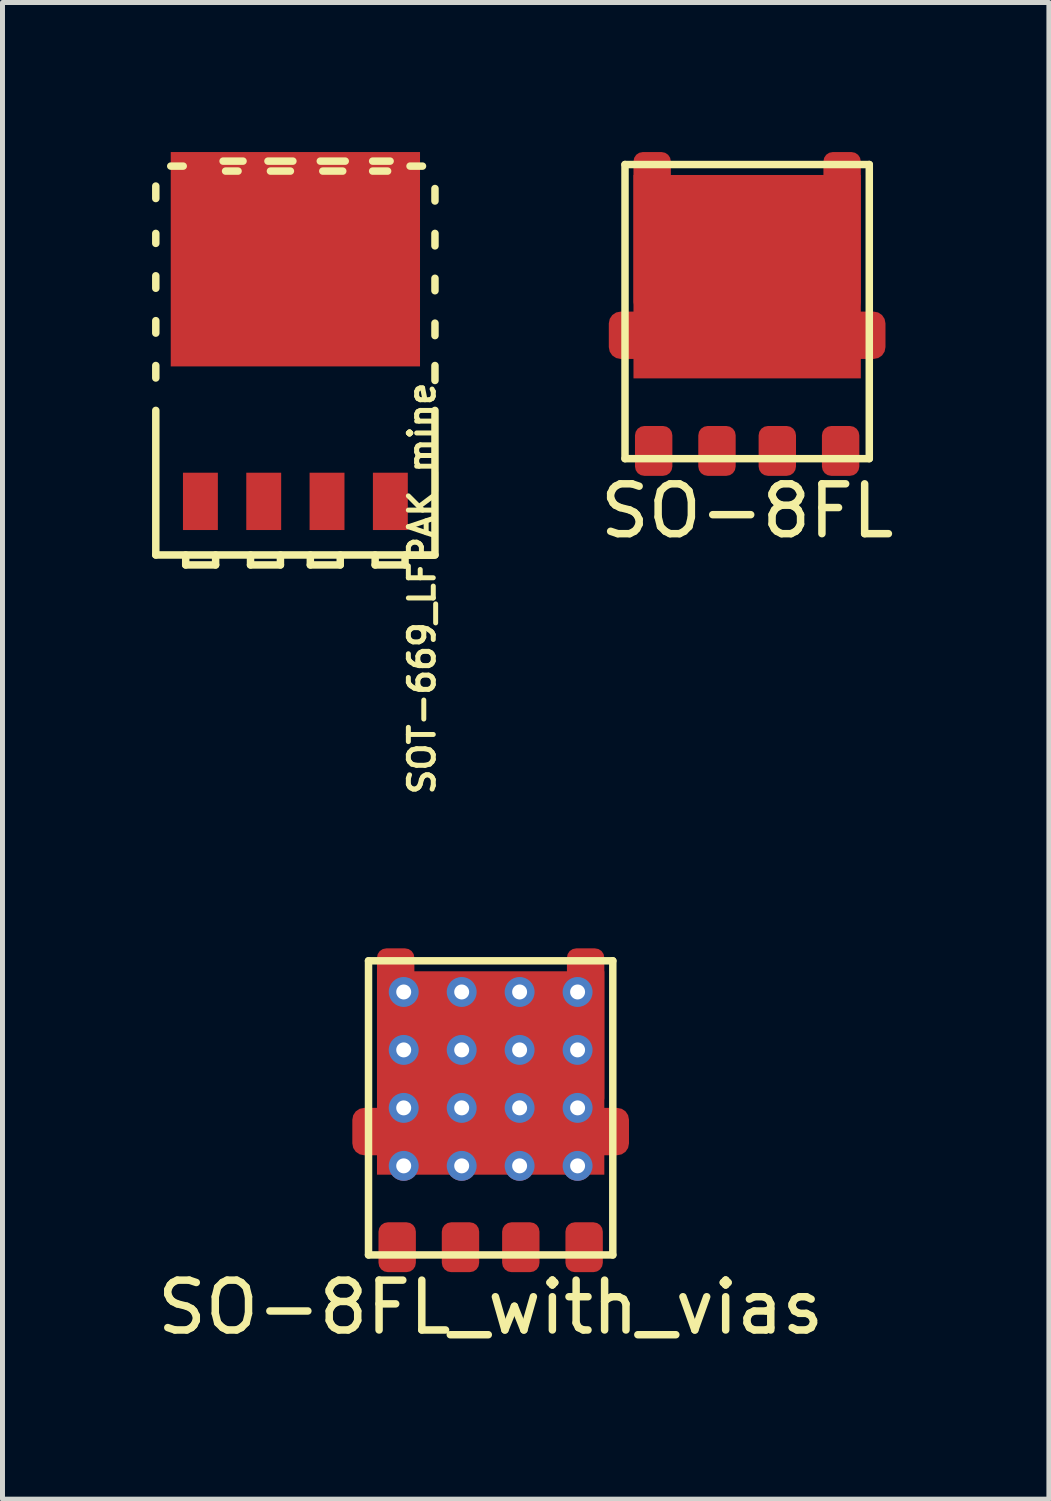
<source format=kicad_pcb>
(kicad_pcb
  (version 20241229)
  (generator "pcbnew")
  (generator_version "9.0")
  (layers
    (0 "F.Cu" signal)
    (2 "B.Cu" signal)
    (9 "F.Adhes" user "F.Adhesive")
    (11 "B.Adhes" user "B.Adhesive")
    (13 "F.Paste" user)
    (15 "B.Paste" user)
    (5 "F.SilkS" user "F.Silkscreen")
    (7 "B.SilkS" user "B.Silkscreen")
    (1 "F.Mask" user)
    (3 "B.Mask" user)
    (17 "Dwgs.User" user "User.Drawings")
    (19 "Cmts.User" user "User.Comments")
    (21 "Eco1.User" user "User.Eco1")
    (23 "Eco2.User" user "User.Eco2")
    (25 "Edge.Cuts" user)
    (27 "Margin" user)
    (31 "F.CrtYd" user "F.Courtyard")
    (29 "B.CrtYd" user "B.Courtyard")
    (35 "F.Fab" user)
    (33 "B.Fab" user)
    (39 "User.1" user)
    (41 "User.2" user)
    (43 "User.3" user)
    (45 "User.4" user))
  (footprint "SO−8FL"
    (layer "F.Cu")
    (at 11.937 3.2)
    (property "Reference" "SO−8FL" (at 0 4 0) (layer "F.SilkS") (effects (font (size 1 1) (thickness 0.15))))
    (attr smd)
    (fp_line (start -2.45 -2.95) (end -2.45 2.95) (stroke (width 0.15) (type solid)) (layer "F.SilkS"))
    (fp_line (start -2.45 -2.95) (end 2.45 -2.95) (stroke (width 0.15) (type solid)) (layer "F.SilkS"))
    (fp_line (start -2.45 2.95) (end 2.45 2.95) (stroke (width 0.15) (type solid)) (layer "F.SilkS"))
    (fp_line (start 2.45 -2.95) (end 2.45 2.95) (stroke (width 0.15) (type solid)) (layer "F.SilkS"))
    (pad "" smd roundrect (at -2.32 0.47) (size 0.85 0.9) (layers "F.Paste") (roundrect_rratio 0.25))
    (pad "" smd roundrect (at -2.11 -1.744) (size 0.3 0.997) (layers "F.Paste") (roundrect_rratio 0.4))
    (pad "" smd roundrect (at -2.11 -0.581) (size 0.3 0.997) (layers "F.Paste") (roundrect_rratio 0.4))
    (pad "" smd roundrect (at -1.91 -2.88) (size 0.7 0.6) (layers "F.Paste") (roundrect_rratio 0.312))
    (pad "" smd roundrect (at -1.163 -2.57 90) (size 0.3 0.997) (layers "F.Paste") (roundrect_rratio 0.4))
    (pad "" smd roundrect (at -1.163 -1.744) (size 0.997 0.997) (layers "F.Paste") (roundrect_rratio 0.25))
    (pad "" smd roundrect (at -1.163 -0.581) (size 0.997 0.997) (layers "F.Paste") (roundrect_rratio 0.25))
    (pad "" smd roundrect (at -1.163 0.581) (size 0.997 0.997) (layers "F.Paste") (roundrect_rratio 0.25))
    (pad "" smd roundrect (at 0 -2.57 90) (size 0.3 0.997) (layers "F.Paste") (roundrect_rratio 0.4))
    (pad "" smd roundrect (at 0 -1.744) (size 0.997 0.997) (layers "F.Paste") (roundrect_rratio 0.25))
    (pad "" smd roundrect (at 0 -0.581) (size 0.997 0.997) (layers "F.Paste") (roundrect_rratio 0.25))
    (pad "" smd roundrect (at 0 0.581) (size 0.997 0.997) (layers "F.Paste") (roundrect_rratio 0.25))
    (pad "" smd roundrect (at 1.163 -2.57 90) (size 0.3 0.997) (layers "F.Paste") (roundrect_rratio 0.4))
    (pad "" smd roundrect (at 1.163 -1.744) (size 0.997 0.997) (layers "F.Paste") (roundrect_rratio 0.25))
    (pad "" smd roundrect (at 1.163 -0.581) (size 0.997 0.997) (layers "F.Paste") (roundrect_rratio 0.25))
    (pad "" smd roundrect (at 1.163 0.581) (size 0.997 0.997) (layers "F.Paste") (roundrect_rratio 0.25))
    (pad "" smd roundrect (at 1.9 -2.875) (size 0.7 0.6) (layers "F.Paste") (roundrect_rratio 0.312))
    (pad "" smd roundrect (at 2.11 -1.744) (size 0.3 0.997) (layers "F.Paste") (roundrect_rratio 0.4))
    (pad "" smd roundrect (at 2.11 -0.581) (size 0.3 0.997) (layers "F.Paste") (roundrect_rratio 0.4))
    (pad "" smd roundrect (at 2.33 0.48) (size 0.85 0.9) (layers "F.Paste") (roundrect_rratio 0.25))
    (pad "1" smd roundrect (at -1.875 2.795) (size 0.75 1) (layers "F.Cu" "F.Mask" "F.Paste") (roundrect_rratio 0.25))
    (pad "1" smd roundrect (at -0.605 2.795) (size 0.75 1) (layers "F.Cu" "F.Mask" "F.Paste") (roundrect_rratio 0.25))
    (pad "1" smd roundrect (at 0.605 2.795) (size 0.75 1) (layers "F.Cu" "F.Mask" "F.Paste") (roundrect_rratio 0.25))
    (pad "2" smd roundrect (at 1.875 2.795) (size 0.75 1) (layers "F.Cu" "F.Mask" "F.Paste") (roundrect_rratio 0.25))
    (pad "3" smd roundrect (at -1.905 -1.6) (size 0.75 3.2) (layers "F.Cu" "F.Mask") (roundrect_rratio 0.25))
    (pad "3" smd rect (at 0 -0.7) (size 4.56 4.08) (layers "F.Cu" "F.Mask"))
    (pad "3" smd roundrect (at 0 0.475) (size 5.55 0.95) (layers "F.Cu" "F.Mask") (roundrect_rratio 0.25))
    (pad "3" smd roundrect (at 1.905 -1.6) (size 0.75 3.2) (layers "F.Cu" "F.Mask") (roundrect_rratio 0.25)))
  (footprint "SOT-669_LFPAK_mine"
    (layer "F.Cu")
    (at 2.875 4.182)
    (property "Reference" "SOT-669_LFPAK_mine" (at 2.54 4.572 90) (layer "F.SilkS") (effects (font (size 0.5 0.5) (thickness 0.1))))
    (attr through_hole)
    (fp_line (start -2.8 -3.5) (end -2.8 -3.25) (stroke (width 0.15) (type solid)) (layer "F.SilkS"))
    (fp_line (start -2.8 -2.55) (end -2.8 -2.35) (stroke (width 0.15) (type solid)) (layer "F.SilkS"))
    (fp_line (start -2.8 -1.7) (end -2.8 -1.45) (stroke (width 0.15) (type solid)) (layer "F.SilkS"))
    (fp_line (start -2.8 -0.8) (end -2.8 -0.55) (stroke (width 0.15) (type solid)) (layer "F.SilkS"))
    (fp_line (start -2.8 0.1) (end -2.8 0.35) (stroke (width 0.15) (type solid)) (layer "F.SilkS"))
    (fp_line (start -2.8 1) (end -2.8 3.9) (stroke (width 0.15) (type solid)) (layer "F.SilkS"))
    (fp_line (start -2.25 -3.9) (end -2.5 -3.9) (stroke (width 0.15) (type solid)) (layer "F.SilkS"))
    (fp_line (start -2.2 3.9) (end -2.2 4.1) (stroke (width 0.15) (type solid)) (layer "F.SilkS"))
    (fp_line (start -2.2 4.1) (end -1.6 4.1) (stroke (width 0.15) (type solid)) (layer "F.SilkS"))
    (fp_line (start -1.6 4.1) (end -1.6 3.9) (stroke (width 0.15) (type solid)) (layer "F.SilkS"))
    (fp_line (start -1.15 -3.8) (end -1.4 -3.8) (stroke (width 0.15) (type solid)) (layer "F.SilkS"))
    (fp_line (start -1.05 -4) (end -1.45 -4) (stroke (width 0.15) (type solid)) (layer "F.SilkS"))
    (fp_line (start -0.9 3.9) (end -0.9 4.1) (stroke (width 0.15) (type solid)) (layer "F.SilkS"))
    (fp_line (start -0.9 4.1) (end -0.3 4.1) (stroke (width 0.15) (type solid)) (layer "F.SilkS"))
    (fp_line (start -0.3 4.1) (end -0.3 3.9) (stroke (width 0.15) (type solid)) (layer "F.SilkS"))
    (fp_line (start -0.1 -3.8) (end -0.5 -3.8) (stroke (width 0.15) (type solid)) (layer "F.SilkS"))
    (fp_line (start -0.05 -4) (end -0.55 -4) (stroke (width 0.15) (type solid)) (layer "F.SilkS"))
    (fp_line (start 0.3 3.9) (end 0.3 4.1) (stroke (width 0.15) (type solid)) (layer "F.SilkS"))
    (fp_line (start 0.3 4.1) (end 0.9 4.1) (stroke (width 0.15) (type solid)) (layer "F.SilkS"))
    (fp_line (start 0.9 4.1) (end 0.9 3.9) (stroke (width 0.15) (type solid)) (layer "F.SilkS"))
    (fp_line (start 0.95 -3.8) (end 0.55 -3.8) (stroke (width 0.15) (type solid)) (layer "F.SilkS"))
    (fp_line (start 1 -4) (end 0.5 -4) (stroke (width 0.15) (type solid)) (layer "F.SilkS"))
    (fp_line (start 1.6 3.9) (end 1.6 4.1) (stroke (width 0.15) (type solid)) (layer "F.SilkS"))
    (fp_line (start 1.6 4.1) (end 2.2 4.1) (stroke (width 0.15) (type solid)) (layer "F.SilkS"))
    (fp_line (start 1.85 -3.8) (end 1.55 -3.8) (stroke (width 0.15) (type solid)) (layer "F.SilkS"))
    (fp_line (start 1.9 -4) (end 1.55 -4) (stroke (width 0.15) (type solid)) (layer "F.SilkS"))
    (fp_line (start 2.2 4.1) (end 2.2 3.9) (stroke (width 0.15) (type solid)) (layer "F.SilkS"))
    (fp_line (start 2.55 -3.9) (end 2.3 -3.9) (stroke (width 0.15) (type solid)) (layer "F.SilkS"))
    (fp_line (start 2.8 -3.2) (end 2.8 -3.45) (stroke (width 0.15) (type solid)) (layer "F.SilkS"))
    (fp_line (start 2.8 -2.3) (end 2.8 -2.55) (stroke (width 0.15) (type solid)) (layer "F.SilkS"))
    (fp_line (start 2.8 -1.4) (end 2.8 -1.65) (stroke (width 0.15) (type solid)) (layer "F.SilkS"))
    (fp_line (start 2.8 -0.5) (end 2.8 -0.75) (stroke (width 0.15) (type solid)) (layer "F.SilkS"))
    (fp_line (start 2.8 0.4) (end 2.8 0.1) (stroke (width 0.15) (type solid)) (layer "F.SilkS"))
    (fp_line (start 2.8 3.9) (end -2.8 3.9) (stroke (width 0.15) (type solid)) (layer "F.SilkS"))
    (fp_line (start 2.8 3.9) (end 2.8 1) (stroke (width 0.15) (type solid)) (layer "F.SilkS"))
    (pad "1" smd rect (at 0 -2.032) (size 5 4.3) (layers "F.Cu" "F.Mask" "F.Paste"))
    (pad "2" smd rect (at 1.905 2.825) (size 0.7 1.15) (layers "F.Cu" "F.Mask" "F.Paste"))
    (pad "3" smd rect (at -1.905 2.825) (size 0.7 1.15) (layers "F.Cu" "F.Mask" "F.Paste"))
    (pad "3" smd rect (at -0.635 2.825) (size 0.7 1.15) (layers "F.Cu" "F.Mask" "F.Paste"))
    (pad "3" smd rect (at 0.635 2.825) (size 0.7 1.15) (layers "F.Cu" "F.Mask" "F.Paste")))
  (footprint "SO−8FL_with_vias"
    (layer "F.Cu")
    (at 6.792 19.173)
    (property "Reference" "SO−8FL_with_vias" (at 0 4 0) (layer "F.SilkS") (effects (font (size 1 1) (thickness 0.15))))
    (attr smd)
    (fp_line (start -2.45 -2.95) (end -2.45 2.95) (stroke (width 0.15) (type solid)) (layer "F.SilkS"))
    (fp_line (start -2.45 -2.95) (end 2.45 -2.95) (stroke (width 0.15) (type solid)) (layer "F.SilkS"))
    (fp_line (start -2.45 2.95) (end 2.45 2.95) (stroke (width 0.15) (type solid)) (layer "F.SilkS"))
    (fp_line (start 2.45 -2.95) (end 2.45 2.95) (stroke (width 0.15) (type solid)) (layer "F.SilkS"))
    (pad "" smd roundrect (at -2.32 0.47) (size 0.85 0.9) (layers "F.Paste") (roundrect_rratio 0.25))
    (pad "" smd roundrect (at -2.11 -1.744) (size 0.3 0.997) (layers "F.Paste") (roundrect_rratio 0.4))
    (pad "" smd roundrect (at -2.11 -0.581) (size 0.3 0.997) (layers "F.Paste") (roundrect_rratio 0.4))
    (pad "" smd roundrect (at -1.91 -2.88) (size 0.7 0.6) (layers "F.Paste") (roundrect_rratio 0.312))
    (pad "" smd roundrect (at -1.163 -2.57 90) (size 0.3 0.997) (layers "F.Paste") (roundrect_rratio 0.4))
    (pad "" smd roundrect (at -1.163 -1.744) (size 0.997 0.997) (layers "F.Paste") (roundrect_rratio 0.25))
    (pad "" smd roundrect (at -1.163 -0.581) (size 0.997 0.997) (layers "F.Paste") (roundrect_rratio 0.25))
    (pad "" smd roundrect (at -1.163 0.581) (size 0.997 0.997) (layers "F.Paste") (roundrect_rratio 0.25))
    (pad "" smd roundrect (at 0 -2.57 90) (size 0.3 0.997) (layers "F.Paste") (roundrect_rratio 0.4))
    (pad "" smd roundrect (at 0 -1.744) (size 0.997 0.997) (layers "F.Paste") (roundrect_rratio 0.25))
    (pad "" smd roundrect (at 0 -0.581) (size 0.997 0.997) (layers "F.Paste") (roundrect_rratio 0.25))
    (pad "" smd roundrect (at 0 0.581) (size 0.997 0.997) (layers "F.Paste") (roundrect_rratio 0.25))
    (pad "" smd roundrect (at 1.163 -2.57 90) (size 0.3 0.997) (layers "F.Paste") (roundrect_rratio 0.4))
    (pad "" smd roundrect (at 1.163 -1.744) (size 0.997 0.997) (layers "F.Paste") (roundrect_rratio 0.25))
    (pad "" smd roundrect (at 1.163 -0.581) (size 0.997 0.997) (layers "F.Paste") (roundrect_rratio 0.25))
    (pad "" smd roundrect (at 1.163 0.581) (size 0.997 0.997) (layers "F.Paste") (roundrect_rratio 0.25))
    (pad "" smd roundrect (at 1.9 -2.875) (size 0.7 0.6) (layers "F.Paste") (roundrect_rratio 0.312))
    (pad "" smd roundrect (at 2.11 -1.744) (size 0.3 0.997) (layers "F.Paste") (roundrect_rratio 0.4))
    (pad "" smd roundrect (at 2.11 -0.581) (size 0.3 0.997) (layers "F.Paste") (roundrect_rratio 0.4))
    (pad "" smd roundrect (at 2.33 0.48) (size 0.85 0.9) (layers "F.Paste") (roundrect_rratio 0.25))
    (pad "1" smd roundrect (at -1.875 2.795) (size 0.75 1) (layers "F.Cu" "F.Mask" "F.Paste") (roundrect_rratio 0.25))
    (pad "1" smd roundrect (at -0.605 2.795) (size 0.75 1) (layers "F.Cu" "F.Mask" "F.Paste") (roundrect_rratio 0.25))
    (pad "1" smd roundrect (at 0.605 2.795) (size 0.75 1) (layers "F.Cu" "F.Mask" "F.Paste") (roundrect_rratio 0.25))
    (pad "2" smd roundrect (at 1.875 2.795) (size 0.75 1) (layers "F.Cu" "F.Mask" "F.Paste") (roundrect_rratio 0.25))
    (pad "3" smd roundrect (at -1.905 -1.6) (size 0.75 3.2) (layers "F.Cu" "F.Mask") (roundrect_rratio 0.25))
    (pad "3" thru_hole circle (at -1.744 -2.325) (size 0.6 0.6) (drill 0.3) (layers "*.Cu"))
    (pad "3" thru_hole circle (at -1.744 -1.163) (size 0.6 0.6) (drill 0.3) (layers "*.Cu"))
    (pad "3" thru_hole circle (at -1.744 0) (size 0.6 0.6) (drill 0.3) (layers "*.Cu"))
    (pad "3" thru_hole circle (at -1.744 1.163) (size 0.6 0.6) (drill 0.3) (layers "*.Cu"))
    (pad "3" thru_hole circle (at -0.581 -2.325) (size 0.6 0.6) (drill 0.3) (layers "*.Cu"))
    (pad "3" thru_hole circle (at -0.581 -1.163) (size 0.6 0.6) (drill 0.3) (layers "*.Cu"))
    (pad "3" thru_hole circle (at -0.581 0) (size 0.6 0.6) (drill 0.3) (layers "*.Cu"))
    (pad "3" thru_hole circle (at -0.581 1.163) (size 0.6 0.6) (drill 0.3) (layers "*.Cu"))
    (pad "3" smd rect (at 0 -0.7) (size 4.56 4.08) (layers "F.Cu" "F.Mask"))
    (pad "3" smd roundrect (at 0 0.475) (size 5.55 0.95) (layers "F.Cu" "F.Mask") (roundrect_rratio 0.25))
    (pad "3" thru_hole circle (at 0.581 -2.325) (size 0.6 0.6) (drill 0.3) (layers "*.Cu"))
    (pad "3" thru_hole circle (at 0.581 -1.163) (size 0.6 0.6) (drill 0.3) (layers "*.Cu"))
    (pad "3" thru_hole circle (at 0.581 0) (size 0.6 0.6) (drill 0.3) (layers "*.Cu"))
    (pad "3" thru_hole circle (at 0.581 1.163) (size 0.6 0.6) (drill 0.3) (layers "*.Cu"))
    (pad "3" thru_hole circle (at 1.744 -2.325) (size 0.6 0.6) (drill 0.3) (layers "*.Cu"))
    (pad "3" thru_hole circle (at 1.744 -1.163) (size 0.6 0.6) (drill 0.3) (layers "*.Cu"))
    (pad "3" thru_hole circle (at 1.744 0) (size 0.6 0.6) (drill 0.3) (layers "*.Cu"))
    (pad "3" thru_hole circle (at 1.744 1.163) (size 0.6 0.6) (drill 0.3) (layers "*.Cu"))
    (pad "3" smd roundrect (at 1.905 -1.6) (size 0.75 3.2) (layers "F.Cu" "F.Mask") (roundrect_rratio 0.25)))
  (gr_rect
    (start -3 -3)
    (end 17.99 27.021)
    (stroke (width 0.1) (type default))
    (fill no)
    (layer "Edge.Cuts")))
</source>
